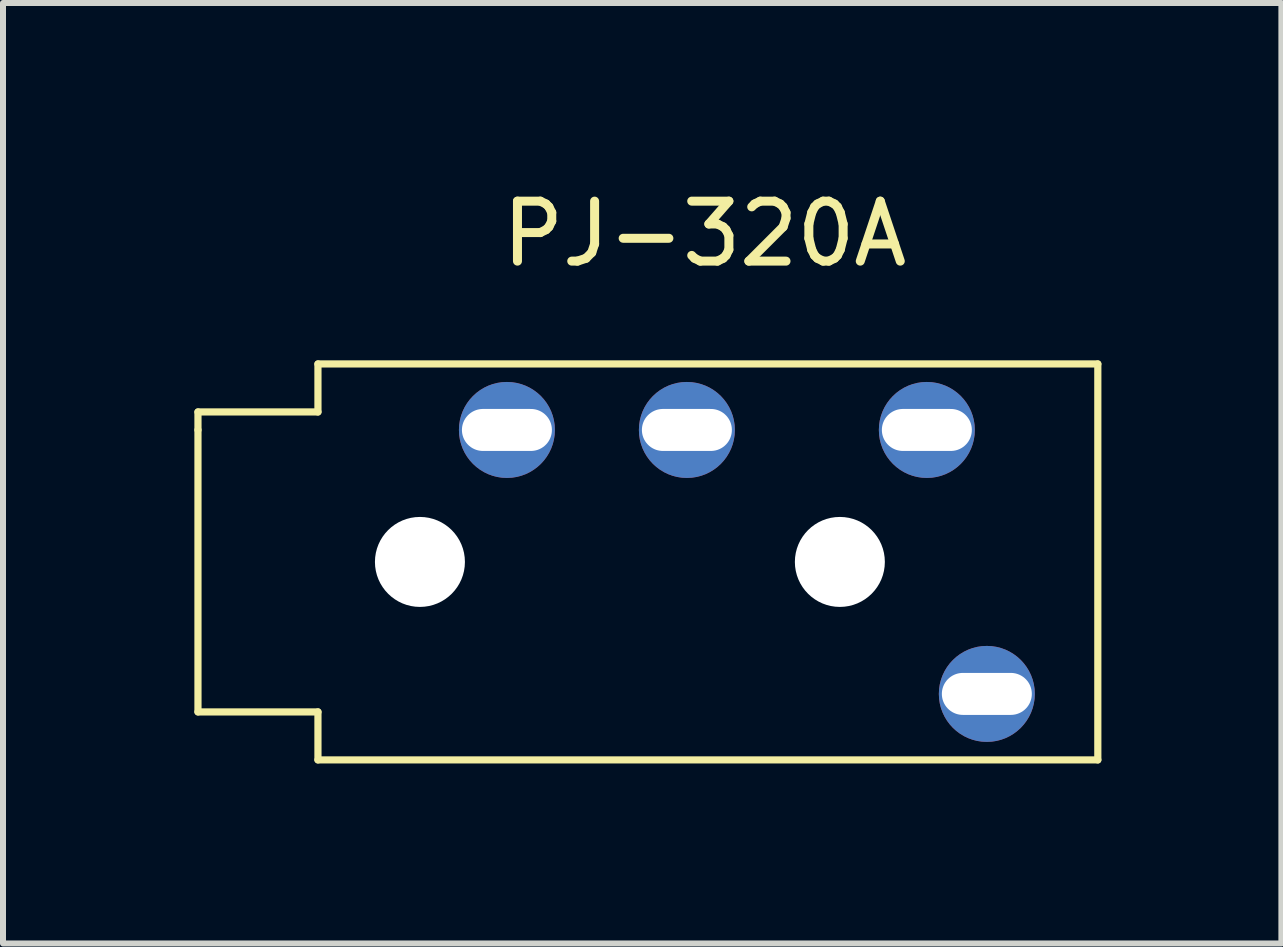
<source format=kicad_pcb>
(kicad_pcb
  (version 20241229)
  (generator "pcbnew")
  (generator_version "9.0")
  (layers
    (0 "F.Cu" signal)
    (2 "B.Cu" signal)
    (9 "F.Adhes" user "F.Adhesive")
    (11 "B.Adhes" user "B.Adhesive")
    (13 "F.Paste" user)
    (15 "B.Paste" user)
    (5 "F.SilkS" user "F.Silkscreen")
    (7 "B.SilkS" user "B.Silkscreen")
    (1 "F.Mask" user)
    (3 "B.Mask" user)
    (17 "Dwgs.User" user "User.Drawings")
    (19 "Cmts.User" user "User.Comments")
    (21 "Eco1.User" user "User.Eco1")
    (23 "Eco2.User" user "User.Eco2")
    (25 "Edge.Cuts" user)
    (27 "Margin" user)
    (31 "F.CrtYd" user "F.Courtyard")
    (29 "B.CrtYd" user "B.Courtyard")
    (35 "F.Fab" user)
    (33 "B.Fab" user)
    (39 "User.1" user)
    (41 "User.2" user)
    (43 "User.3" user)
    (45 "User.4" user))
  (footprint "PJ-320A"
    (layer "F.Cu")
    (at 0.25 4.117)
    (property "Reference" "PJ-320A" (at 8.445 -3.269 0) (layer "F.SilkS") (effects (font (size 1 1) (thickness 0.15))))
    (attr through_hole)
    (fp_line (start 0 -0.3) (end 2 -0.3) (stroke (width 0.12) (type solid)) (layer "F.SilkS"))
    (fp_line (start 0 0) (end 0 -0.3) (stroke (width 0.12) (type solid)) (layer "F.SilkS"))
    (fp_line (start 0 0) (end 0 4.7) (stroke (width 0.12) (type solid)) (layer "F.SilkS"))
    (fp_line (start 0 4.7) (end 2 4.7) (stroke (width 0.12) (type solid)) (layer "F.SilkS"))
    (fp_line (start 2 -1.1) (end 15 -1.1) (stroke (width 0.12) (type solid)) (layer "F.SilkS"))
    (fp_line (start 2 -0.3) (end 2 -1.1) (stroke (width 0.12) (type solid)) (layer "F.SilkS"))
    (fp_line (start 2 4.7) (end 2 5.5) (stroke (width 0.12) (type solid)) (layer "F.SilkS"))
    (fp_line (start 2 5.5) (end 15 5.5) (stroke (width 0.12) (type solid)) (layer "F.SilkS"))
    (fp_line (start 15 -1.1) (end 15 5.5) (stroke (width 0.12) (type solid)) (layer "F.SilkS"))
    (pad "" np_thru_hole circle (at 3.7 2.2) (size 1.5 1.5) (drill 1.5) (layers "*.Cu"))
    (pad "" np_thru_hole circle (at 10.7 2.2) (size 1.5 1.5) (drill 1.5) (layers "*.Cu"))
    (pad "R" thru_hole circle (at 8.15 0) (size 1.6 1.6) (drill oval 1.5 0.7) (layers "*.Cu" "*.Mask"))
    (pad "R" thru_hole circle (at 12.15 0) (size 1.6 1.6) (drill oval 1.5 0.7) (layers "*.Cu" "*.Mask"))
    (pad "S" thru_hole circle (at 5.15 0) (size 1.6 1.6) (drill oval 1.5 0.7) (layers "*.Cu" "*.Mask"))
    (pad "T" thru_hole circle (at 13.15 4.4) (size 1.6 1.6) (drill oval 1.5 0.7) (layers "*.Cu" "*.Mask")))
  (gr_rect
    (start -3 -3)
    (end 18.31 12.677)
    (stroke (width 0.1) (type default))
    (fill no)
    (layer "Edge.Cuts")))
</source>
